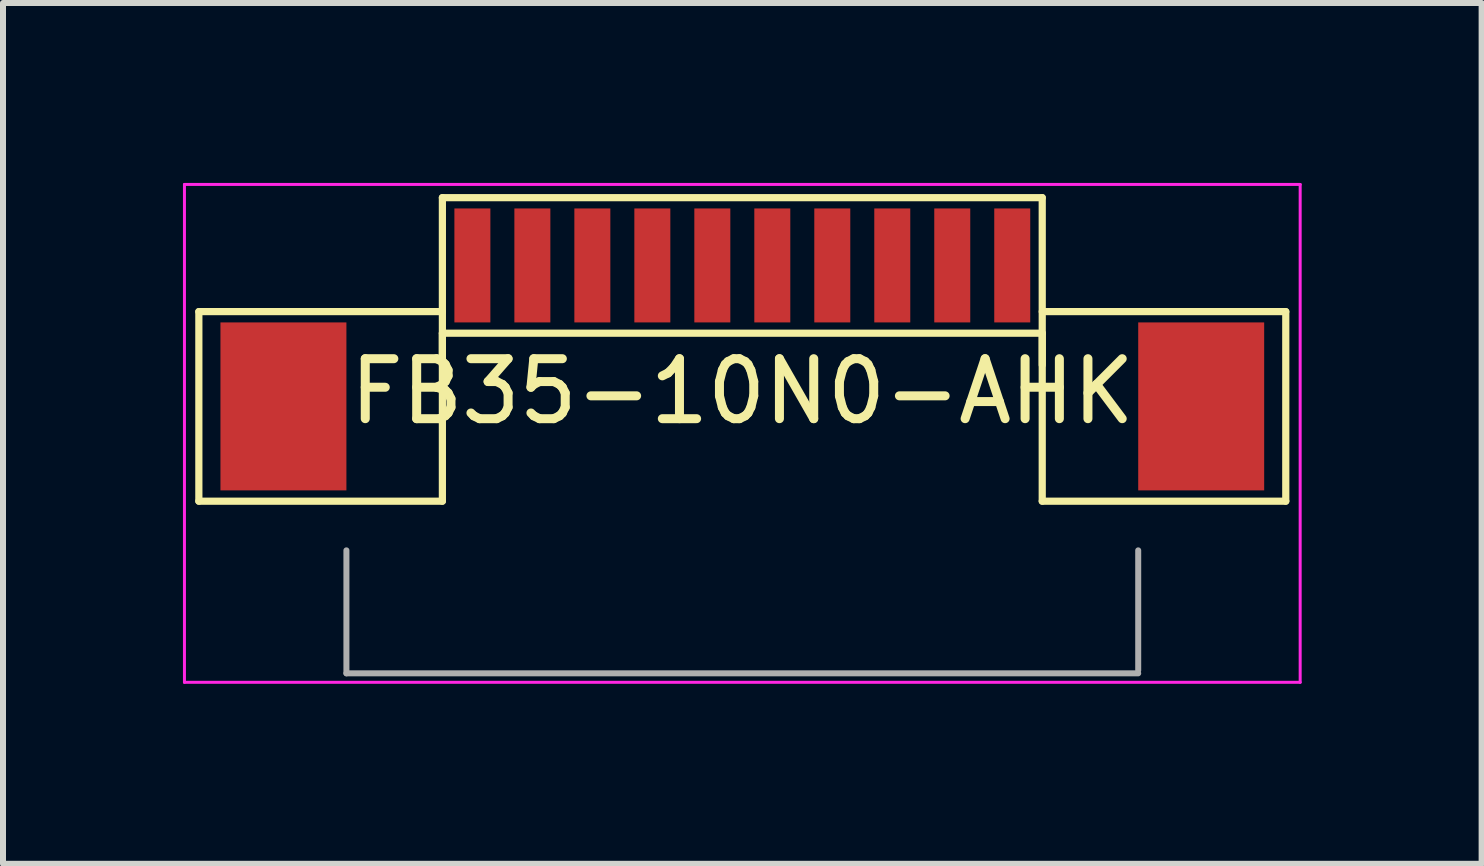
<source format=kicad_pcb>
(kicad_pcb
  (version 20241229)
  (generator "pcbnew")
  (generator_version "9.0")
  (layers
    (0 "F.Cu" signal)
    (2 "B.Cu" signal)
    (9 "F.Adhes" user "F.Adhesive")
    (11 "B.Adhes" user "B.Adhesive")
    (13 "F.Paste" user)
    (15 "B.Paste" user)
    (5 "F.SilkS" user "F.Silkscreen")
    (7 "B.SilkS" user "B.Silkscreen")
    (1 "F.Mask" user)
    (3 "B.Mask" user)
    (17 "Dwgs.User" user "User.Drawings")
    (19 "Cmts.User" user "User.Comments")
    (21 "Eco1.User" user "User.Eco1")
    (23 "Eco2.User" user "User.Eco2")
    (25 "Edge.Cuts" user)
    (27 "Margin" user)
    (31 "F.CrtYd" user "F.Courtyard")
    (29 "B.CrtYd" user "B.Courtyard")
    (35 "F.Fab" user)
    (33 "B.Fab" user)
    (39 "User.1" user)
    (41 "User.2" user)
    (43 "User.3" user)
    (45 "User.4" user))
  (footprint "FB35-10N0-AHK"
    (layer "F.Cu")
    (at 9.325 1.375)
    (property "Reference" "FB35-10N0-AHK" (at 0 2.1 0) (layer "F.SilkS") (effects (font (size 1 1) (thickness 0.15))))
    (attr smd)
    (fp_line (start -9.06 0.77) (end -5 0.77) (stroke (width 0.12) (type solid)) (layer "F.SilkS"))
    (fp_line (start -9.06 3.93) (end -9.06 0.77) (stroke (width 0.12) (type solid)) (layer "F.SilkS"))
    (fp_line (start -5 -1.13) (end 5 -1.13) (stroke (width 0.12) (type solid)) (layer "F.SilkS"))
    (fp_line (start -5 1.13) (end -5 3.93) (stroke (width 0.12) (type solid)) (layer "F.SilkS"))
    (fp_line (start -5 1.13) (end 5 1.13) (stroke (width 0.12) (type solid)) (layer "F.SilkS"))
    (fp_line (start -5 1.66) (end -5 -1.13) (stroke (width 0.12) (type solid)) (layer "F.SilkS"))
    (fp_line (start -5 3.93) (end -9.06 3.93) (stroke (width 0.12) (type solid)) (layer "F.SilkS"))
    (fp_line (start 5 1.13) (end 5 3.93) (stroke (width 0.12) (type solid)) (layer "F.SilkS"))
    (fp_line (start 5 1.66) (end 5 -1.13) (stroke (width 0.12) (type solid)) (layer "F.SilkS"))
    (fp_line (start 5 3.93) (end 9.06 3.93) (stroke (width 0.12) (type solid)) (layer "F.SilkS"))
    (fp_line (start 9.06 0.77) (end 5 0.77) (stroke (width 0.12) (type solid)) (layer "F.SilkS"))
    (fp_line (start 9.06 3.93) (end 9.06 0.77) (stroke (width 0.12) (type solid)) (layer "F.SilkS"))
    (fp_line (start -9.3 -1.35) (end -9.3 6.95) (stroke (width 0.05) (type solid)) (layer "F.CrtYd"))
    (fp_line (start -9.3 -1.35) (end 9.3 -1.35) (stroke (width 0.05) (type solid)) (layer "F.CrtYd"))
    (fp_line (start -9.3 6.95) (end 9.3 6.95) (stroke (width 0.05) (type solid)) (layer "F.CrtYd"))
    (fp_line (start 9.3 -1.35) (end 9.3 6.95) (stroke (width 0.05) (type solid)) (layer "F.CrtYd"))
    (fp_line (start -6.6 6.8) (end -6.6 4.75) (stroke (width 0.1) (type solid)) (layer "F.Fab"))
    (fp_line (start -6.6 6.8) (end 6.6 6.8) (stroke (width 0.1) (type solid)) (layer "F.Fab"))
    (fp_line (start 6.6 6.75) (end 6.6 4.75) (stroke (width 0.1) (type solid)) (layer "F.Fab"))
    (pad "0" smd rect (at -7.65 2.35) (size 2.1 2.8) (layers "F.Cu" "F.Mask" "F.Paste"))
    (pad "0" smd rect (at 7.65 2.35) (size 2.1 2.8) (layers "F.Cu" "F.Mask" "F.Paste"))
    (pad "1" smd rect (at -4.5 0) (size 0.6 1.9) (layers "F.Cu" "F.Mask" "F.Paste"))
    (pad "2" smd rect (at -3.5 0) (size 0.6 1.9) (layers "F.Cu" "F.Mask" "F.Paste"))
    (pad "3" smd rect (at -2.5 0) (size 0.6 1.9) (layers "F.Cu" "F.Mask" "F.Paste"))
    (pad "4" smd rect (at -1.5 0) (size 0.6 1.9) (layers "F.Cu" "F.Mask" "F.Paste"))
    (pad "5" smd rect (at -0.5 0) (size 0.6 1.9) (layers "F.Cu" "F.Mask" "F.Paste"))
    (pad "6" smd rect (at 0.5 0) (size 0.6 1.9) (layers "F.Cu" "F.Mask" "F.Paste"))
    (pad "7" smd rect (at 1.5 0) (size 0.6 1.9) (layers "F.Cu" "F.Mask" "F.Paste"))
    (pad "8" smd rect (at 2.5 0) (size 0.6 1.9) (layers "F.Cu" "F.Mask" "F.Paste"))
    (pad "9" smd rect (at 3.5 0) (size 0.6 1.9) (layers "F.Cu" "F.Mask" "F.Paste"))
    (pad "10" smd rect (at 4.5 0) (size 0.6 1.9) (layers "F.Cu" "F.Mask" "F.Paste")))
  (gr_rect
    (start -3 -3)
    (end 21.65 11.35)
    (stroke (width 0.1) (type default))
    (fill no)
    (layer "Edge.Cuts")))
</source>
